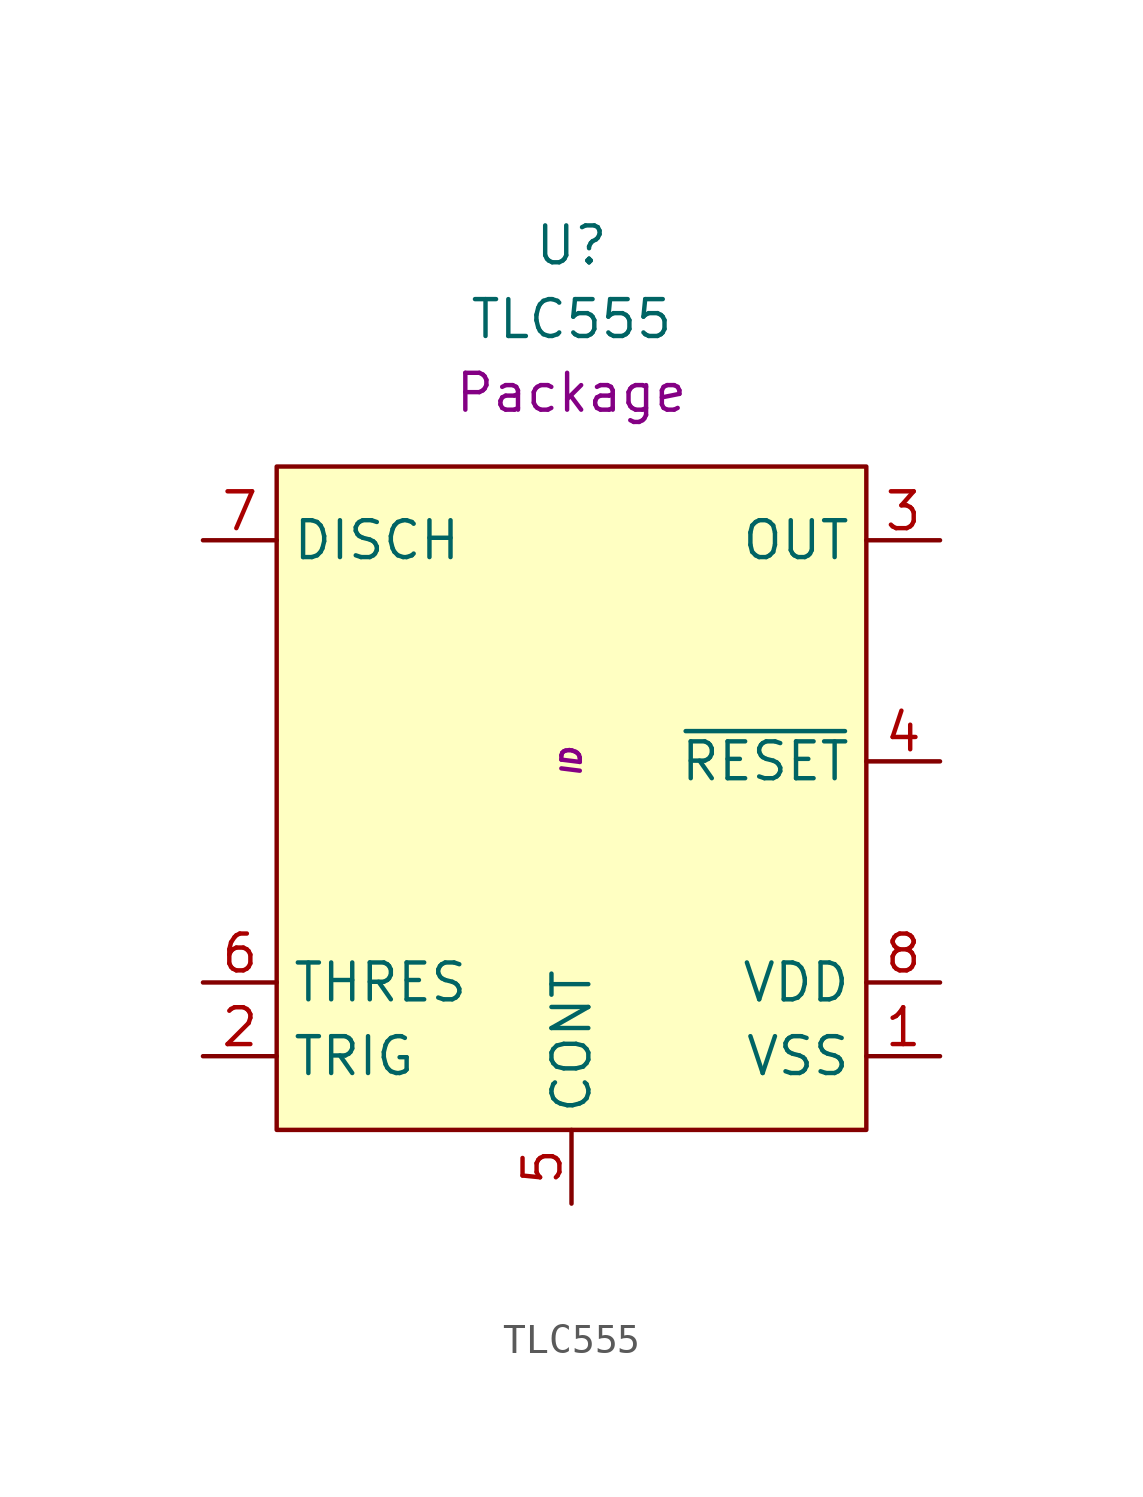
<source format=kicad_sym>
(kicad_symbol_lib
  (version 20201005)
  (generator kicad_symbol_editor)
  (symbol "U.Timer:TLC555"
    (property "Reference" "U"
      (at 0 17.78 0)
      (effects (font (size 1.27 1.27))))
    (property "Value" "TLC555"
      (at 0 15.24 0)
      (effects (font (size 1.27 1.27))))
    (property "Package" "Package"
      (at 0 12.7 0)
      (effects (font (size 1.27 1.27))))
    (property "ID" "ID"
      (at 0 0 90)
      (effects (font (size 0.635 0.635) italic)))
    (symbol "TLC555_0_1"
      (rectangle (start -10.16 10.16) (end 10.16 -12.7) (stroke (width 0.152)) (fill (type background))))
    (symbol "TLC555_1_1"
      (pin power_in line (at 12.7 -10.16 180) (length 2.54) (name "VSS" (effects (font (size 1.27 1.27)))) (number "1" (effects (font (size 1.27 1.27)))))
      (pin input line (at -12.7 -10.16 0) (length 2.54) (name "TRIG" (effects (font (size 1.27 1.27)))) (number "2" (effects (font (size 1.27 1.27)))))
      (pin output line (at 12.7 7.62 180) (length 2.54) (name "OUT" (effects (font (size 1.27 1.27)))) (number "3" (effects (font (size 1.27 1.27)))))
      (pin input line (at 12.7 0 180) (length 2.54) (name "~RESET" (effects (font (size 1.27 1.27)))) (number "4" (effects (font (size 1.27 1.27)))))
      (pin passive line (at 0 -15.24 90) (length 2.54) (name "CONT" (effects (font (size 1.27 1.27)))) (number "5" (effects (font (size 1.27 1.27)))))
      (pin input line (at -12.7 -7.62 0) (length 2.54) (name "THRES" (effects (font (size 1.27 1.27)))) (number "6" (effects (font (size 1.27 1.27)))))
      (pin open_collector line (at -12.7 7.62 0) (length 2.54) (name "DISCH" (effects (font (size 1.27 1.27)))) (number "7" (effects (font (size 1.27 1.27)))))
      (pin power_in line (at 12.7 -7.62 180) (length 2.54) (name "VDD" (effects (font (size 1.27 1.27)))) (number "8" (effects (font (size 1.27 1.27))))))))
</source>
